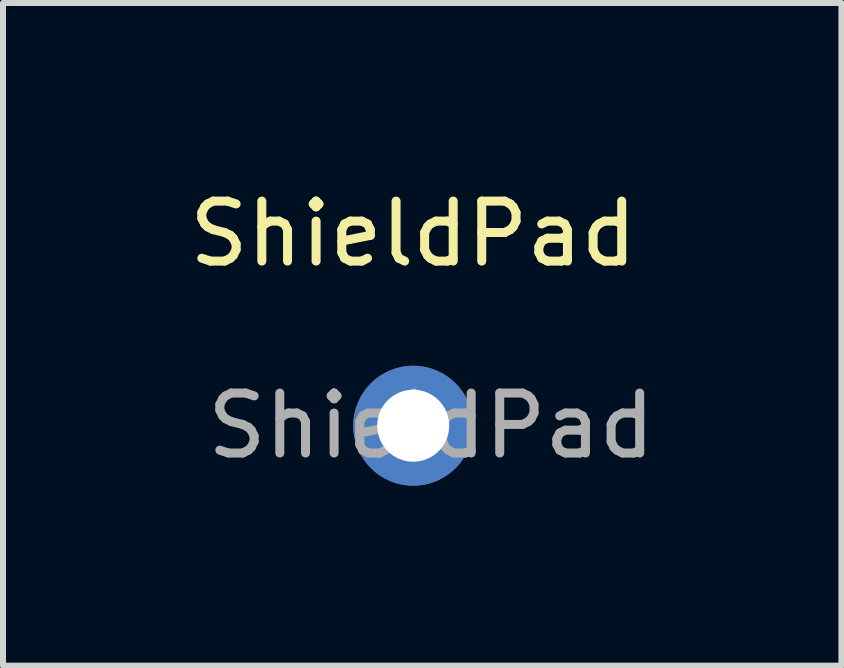
<source format=kicad_pcb>
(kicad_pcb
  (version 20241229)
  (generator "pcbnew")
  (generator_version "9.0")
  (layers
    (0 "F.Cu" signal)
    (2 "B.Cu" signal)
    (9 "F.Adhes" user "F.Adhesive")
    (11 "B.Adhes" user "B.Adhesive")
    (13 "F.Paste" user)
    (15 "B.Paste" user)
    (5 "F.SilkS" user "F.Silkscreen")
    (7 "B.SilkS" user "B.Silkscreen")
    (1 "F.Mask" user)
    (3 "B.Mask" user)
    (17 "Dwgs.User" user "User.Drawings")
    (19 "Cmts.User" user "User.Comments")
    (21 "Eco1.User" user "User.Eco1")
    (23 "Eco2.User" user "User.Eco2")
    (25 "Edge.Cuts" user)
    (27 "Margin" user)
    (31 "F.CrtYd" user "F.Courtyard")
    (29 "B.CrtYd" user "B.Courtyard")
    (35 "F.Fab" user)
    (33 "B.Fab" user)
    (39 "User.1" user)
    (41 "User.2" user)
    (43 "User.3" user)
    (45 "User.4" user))
  (footprint "ShieldPad"
    (layer "F.Cu")
    (at 3.839 4.048)
    (property "Reference" "ShieldPad" (at 0 -3.2 0) (layer "F.SilkS") (effects (font (size 1 1) (thickness 0.15))))
    (attr exclude_from_pos_files exclude_from_bom)
    (fp_text user "${REFERENCE}" (at 0.3 0 0) (layer "F.Fab") (effects (font (size 1 1) (thickness 0.15))))
    (pad "1" thru_hole circle (at 0 0) (size 2 2) (drill 1.2) (layers "*.Cu" "*.Mask")))
  (gr_rect
    (start -3 -3)
    (end 10.979 8.048)
    (stroke (width 0.1) (type default))
    (fill no)
    (layer "Edge.Cuts")))
</source>
